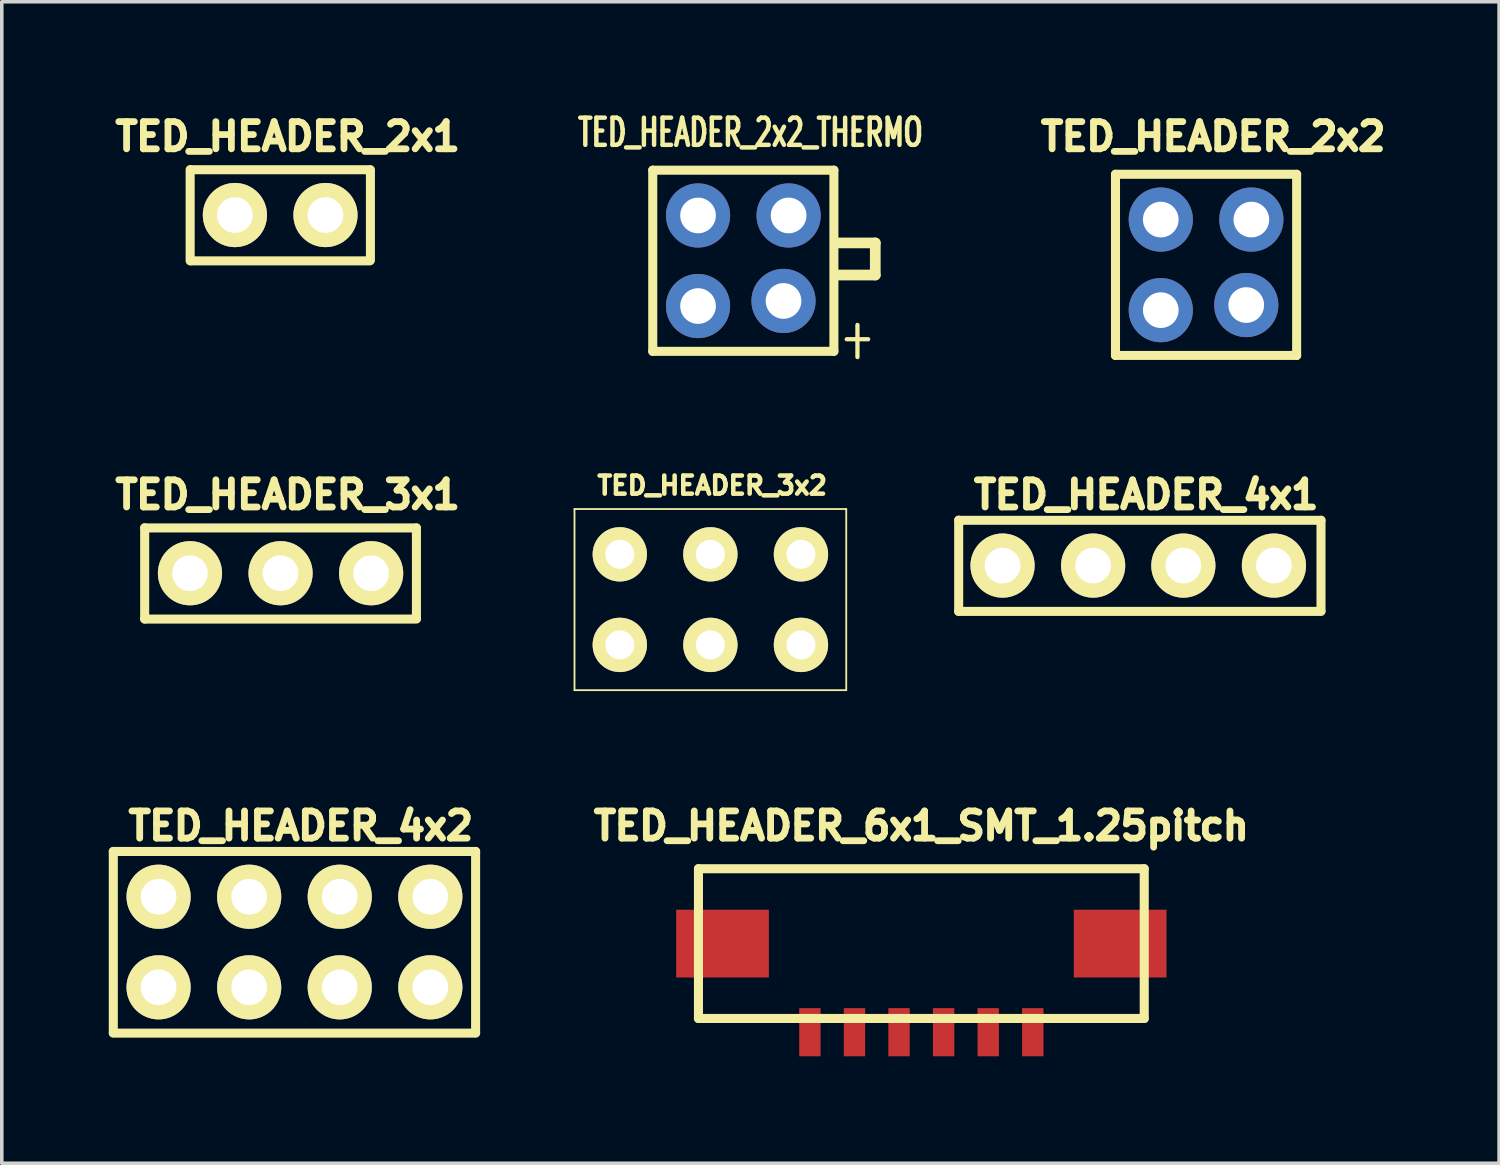
<source format=kicad_pcb>
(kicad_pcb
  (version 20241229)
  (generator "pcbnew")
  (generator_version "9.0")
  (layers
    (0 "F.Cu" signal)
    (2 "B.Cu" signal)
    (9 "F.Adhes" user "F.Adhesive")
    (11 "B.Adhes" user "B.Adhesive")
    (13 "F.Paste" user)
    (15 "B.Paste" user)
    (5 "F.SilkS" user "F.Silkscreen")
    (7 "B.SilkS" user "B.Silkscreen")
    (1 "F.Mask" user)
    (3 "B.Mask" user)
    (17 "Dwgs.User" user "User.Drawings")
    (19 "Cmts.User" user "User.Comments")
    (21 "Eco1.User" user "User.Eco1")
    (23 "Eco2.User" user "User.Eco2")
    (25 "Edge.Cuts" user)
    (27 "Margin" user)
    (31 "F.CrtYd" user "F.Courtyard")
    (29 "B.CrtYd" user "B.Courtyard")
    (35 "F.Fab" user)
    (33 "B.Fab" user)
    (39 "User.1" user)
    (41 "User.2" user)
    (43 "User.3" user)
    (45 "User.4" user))
  (footprint "TED_HEADER_4x2"
    (layer "F.Cu")
    (at 5.207 23.366)
    (property "Reference" "TED_HEADER_4x2" (at 0.178 -3.256 0) (layer "F.SilkS") (effects (font (size 0.762 0.762) (thickness 0.191))))
    (attr through_hole)
    (fp_line (start -5.08 2.54) (end -5.08 -2.54) (stroke (width 0.254) (type solid)) (layer "F.SilkS"))
    (fp_line (start 5.08 -2.54) (end -5.08 -2.54) (stroke (width 0.254) (type solid)) (layer "F.SilkS"))
    (fp_line (start 5.08 -2.54) (end 5.08 2.54) (stroke (width 0.254) (type solid)) (layer "F.SilkS"))
    (fp_line (start 5.08 2.555) (end -5.08 2.555) (stroke (width 0.254) (type solid)) (layer "F.SilkS"))
    (pad "1" thru_hole circle (at -3.81 1.27) (size 1.8 1.8) (drill 1) (layers "*.Cu" "*.Mask" "F.SilkS"))
    (pad "2" thru_hole circle (at -3.81 -1.27) (size 1.8 1.8) (drill 1) (layers "*.Cu" "*.Mask" "F.SilkS"))
    (pad "3" thru_hole circle (at -1.27 1.27) (size 1.8 1.8) (drill 1) (layers "*.Cu" "*.Mask" "F.SilkS"))
    (pad "4" thru_hole circle (at -1.27 -1.27) (size 1.8 1.8) (drill 1) (layers "*.Cu" "*.Mask" "F.SilkS"))
    (pad "5" thru_hole circle (at 1.27 1.27) (size 1.8 1.8) (drill 1) (layers "*.Cu" "*.Mask" "F.SilkS"))
    (pad "6" thru_hole circle (at 1.27 -1.27) (size 1.8 1.8) (drill 1) (layers "*.Cu" "*.Mask" "F.SilkS"))
    (pad "7" thru_hole circle (at 3.81 1.27) (size 1.8 1.8) (drill 1) (layers "*.Cu" "*.Mask" "F.SilkS"))
    (pad "8" thru_hole circle (at 3.81 -1.27) (size 1.8 1.8) (drill 1) (layers "*.Cu" "*.Mask" "F.SilkS")))
  (footprint "TED_HEADER_4x1"
    (layer "F.Cu")
    (at 28.913 12.81)
    (property "Reference" "TED_HEADER_4x1" (at 0.178 -1.986 0) (layer "F.SilkS") (effects (font (size 0.762 0.762) (thickness 0.191))))
    (attr through_hole)
    (fp_line (start -5.08 1.285) (end -5.08 -1.275) (stroke (width 0.254) (type solid)) (layer "F.SilkS"))
    (fp_line (start 5.08 -1.27) (end -5.08 -1.27) (stroke (width 0.254) (type solid)) (layer "F.SilkS"))
    (fp_line (start 5.08 -1.27) (end 5.08 1.27) (stroke (width 0.254) (type solid)) (layer "F.SilkS"))
    (fp_line (start 5.08 1.285) (end -5.08 1.285) (stroke (width 0.254) (type solid)) (layer "F.SilkS"))
    (pad "1" thru_hole circle (at -3.85 0) (size 1.8 1.8) (drill 1) (layers "*.Cu" "*.Mask" "F.SilkS"))
    (pad "2" thru_hole circle (at -1.31 0) (size 1.8 1.8) (drill 1) (layers "*.Cu" "*.Mask" "F.SilkS"))
    (pad "3" thru_hole circle (at 1.22 0) (size 1.8 1.8) (drill 1) (layers "*.Cu" "*.Mask" "F.SilkS"))
    (pad "4" thru_hole circle (at 3.76 0) (size 1.8 1.8) (drill 1) (layers "*.Cu" "*.Mask" "F.SilkS")))
  (footprint "TED_HEADER_2x2"
    (layer "F.Cu")
    (at 30.77 4.377)
    (property "Reference" "TED_HEADER_2x2" (at 0.2 -3.597 0) (layer "F.SilkS") (effects (font (size 0.762 0.762) (thickness 0.191))))
    (attr through_hole)
    (fp_line (start -2.54 2.54) (end -2.54 -2.54) (stroke (width 0.254) (type solid)) (layer "F.SilkS"))
    (fp_line (start 2.54 -2.54) (end -2.54 -2.54) (stroke (width 0.254) (type solid)) (layer "F.SilkS"))
    (fp_line (start 2.54 -2.54) (end 2.54 2.54) (stroke (width 0.254) (type solid)) (layer "F.SilkS"))
    (fp_line (start 2.54 2.54) (end -2.54 2.54) (stroke (width 0.254) (type solid)) (layer "F.SilkS"))
    (pad "1" thru_hole circle (at -1.27 1.27) (size 1.8 1.8) (drill 1) (layers "*.Cu" "*.Mask"))
    (pad "2" thru_hole circle (at -1.27 -1.27) (size 1.8 1.8) (drill 1) (layers "*.Cu" "*.Mask"))
    (pad "3" thru_hole circle (at 1.127 1.127) (size 1.8 1.8) (drill 1) (layers "*.Cu" "*.Mask"))
    (pad "4" thru_hole circle (at 1.27 -1.27) (size 1.8 1.8) (drill 1) (layers "*.Cu" "*.Mask")))
  (footprint "TED_HEADER_2x1"
    (layer "F.Cu")
    (at 4.817 2.98)
    (property "Reference" "TED_HEADER_2x1" (at 0.2 -2.2 0) (layer "F.SilkS") (effects (font (size 0.762 0.762) (thickness 0.191))))
    (attr through_hole)
    (fp_line (start -2.535 1.285) (end -2.535 -1.275) (stroke (width 0.254) (type solid)) (layer "F.SilkS"))
    (fp_line (start 2.5 -1.27) (end -2.5 -1.27) (stroke (width 0.254) (type solid)) (layer "F.SilkS"))
    (fp_line (start 2.5 1.285) (end -2.5 1.285) (stroke (width 0.254) (type solid)) (layer "F.SilkS"))
    (fp_line (start 2.52 -1.27) (end 2.52 1.27) (stroke (width 0.254) (type solid)) (layer "F.SilkS"))
    (pad "1" thru_hole circle (at -1.28 0) (size 1.8 1.8) (drill 1) (layers "*.Cu" "*.Mask" "F.SilkS"))
    (pad "2" thru_hole circle (at 1.26 0) (size 1.8 1.8) (drill 1) (layers "*.Cu" "*.Mask" "F.SilkS")))
  (footprint "TED_HEADER_6x1_SMT_1.25pitch"
    (layer "F.Cu")
    (at 22.786 23.41)
    (property "Reference" "TED_HEADER_6x1_SMT_1.25pitch" (at 0 -3.3 0) (layer "F.SilkS") (effects (font (size 0.762 0.762) (thickness 0.191))))
    (attr through_hole)
    (fp_line (start -6.25 2.1) (end -6.25 -2.1) (stroke (width 0.254) (type solid)) (layer "F.SilkS"))
    (fp_line (start 6.25 -2.1) (end -6.25 -2.1) (stroke (width 0.254) (type solid)) (layer "F.SilkS"))
    (fp_line (start 6.25 -2.1) (end 6.25 2.1) (stroke (width 0.254) (type solid)) (layer "F.SilkS"))
    (fp_line (start 6.25 2.1) (end -6.25 2.1) (stroke (width 0.254) (type solid)) (layer "F.SilkS"))
    (pad "1" smd rect (at 3.125 2.485) (size 0.6 1.35) (layers "F.Cu" "F.Mask" "F.Paste"))
    (pad "2" smd rect (at 1.875 2.485) (size 0.6 1.35) (layers "F.Cu" "F.Mask" "F.Paste"))
    (pad "3" smd rect (at 0.625 2.485) (size 0.6 1.35) (layers "F.Cu" "F.Mask" "F.Paste"))
    (pad "4" smd rect (at -0.625 2.485) (size 0.6 1.35) (layers "F.Cu" "F.Mask" "F.Paste"))
    (pad "5" smd rect (at -1.875 2.485) (size 0.6 1.35) (layers "F.Cu" "F.Mask" "F.Paste"))
    (pad "6" smd rect (at -3.125 2.485) (size 0.6 1.35) (layers "F.Cu" "F.Mask" "F.Paste"))
    (pad "PAD" smd rect (at -5.575 0) (size 2.6 1.9) (layers "F.Cu" "F.Mask" "F.Paste"))
    (pad "PAD" smd rect (at 5.575 0) (size 2.6 1.9) (layers "F.Cu" "F.Mask" "F.Paste")))
  (footprint "TED_HEADER_3x1"
    (layer "F.Cu")
    (at 4.817 13.024)
    (property "Reference" "TED_HEADER_3x1" (at 0.2 -2.2 0) (layer "F.SilkS") (effects (font (size 0.762 0.762) (thickness 0.191))))
    (attr through_hole)
    (fp_line (start -3.81 1.285) (end -3.81 -1.275) (stroke (width 0.254) (type solid)) (layer "F.SilkS"))
    (fp_line (start 3.81 -1.27) (end -3.81 -1.27) (stroke (width 0.254) (type solid)) (layer "F.SilkS"))
    (fp_line (start 3.81 -1.27) (end 3.81 1.27) (stroke (width 0.254) (type solid)) (layer "F.SilkS"))
    (fp_line (start 3.81 1.285) (end -3.81 1.285) (stroke (width 0.254) (type solid)) (layer "F.SilkS"))
    (pad "1" thru_hole circle (at -2.54 0) (size 1.8 1.8) (drill 1) (layers "*.Cu" "*.Mask" "F.SilkS"))
    (pad "2" thru_hole circle (at 0 0) (size 1.8 1.8) (drill 1) (layers "*.Cu" "*.Mask" "F.SilkS"))
    (pad "3" thru_hole circle (at 2.54 0) (size 1.8 1.8) (drill 1) (layers "*.Cu" "*.Mask" "F.SilkS")))
  (footprint "TED_HEADER_3x2"
    (layer "F.Cu")
    (at 16.87 13.764)
    (property "Reference" "TED_HEADER_3x2" (at 0.05 -3.2 0) (layer "F.SilkS") (effects (font (size 0.508 0.508) (thickness 0.127))))
    (attr through_hole)
    (fp_line (start -3.81 -2.54) (end 3.81 -2.54) (stroke (width 0.051) (type solid)) (layer "F.SilkS"))
    (fp_line (start -3.81 2.54) (end -3.81 -2.54) (stroke (width 0.051) (type solid)) (layer "F.SilkS"))
    (fp_line (start 3.81 -2.54) (end 3.81 2.54) (stroke (width 0.051) (type solid)) (layer "F.SilkS"))
    (fp_line (start 3.81 2.54) (end -3.81 2.54) (stroke (width 0.051) (type solid)) (layer "F.SilkS"))
    (pad "1" thru_hole circle (at -2.54 1.27) (size 1.524 1.524) (drill 0.813) (layers "*.Cu" "*.Mask" "F.SilkS"))
    (pad "2" thru_hole circle (at 0 1.27) (size 1.524 1.524) (drill 0.813) (layers "*.Cu" "*.Mask" "F.SilkS"))
    (pad "3" thru_hole circle (at 2.54 1.27) (size 1.524 1.524) (drill 0.813) (layers "*.Cu" "*.Mask" "F.SilkS"))
    (pad "4" thru_hole circle (at 2.54 -1.27) (size 1.524 1.524) (drill 0.813) (layers "*.Cu" "*.Mask" "F.SilkS"))
    (pad "5" thru_hole circle (at 0 -1.27) (size 1.524 1.524) (drill 0.813) (layers "*.Cu" "*.Mask" "F.SilkS"))
    (pad "6" thru_hole circle (at -2.54 -1.27) (size 1.524 1.524) (drill 0.813) (layers "*.Cu" "*.Mask" "F.SilkS")))
  (footprint "TED_HEADER_2x2_THERMO"
    (layer "F.Cu")
    (at 17.794 4.262)
    (property "Reference" "TED_HEADER_2x2_THERMO" (at 0.2 -3.597 0) (layer "F.SilkS") (effects (font (size 0.762 0.5) (thickness 0.125))))
    (attr through_hole)
    (fp_line (start -2.54 2.54) (end -2.54 -2.54) (stroke (width 0.254) (type solid)) (layer "F.SilkS"))
    (fp_line (start 2.54 -2.54) (end -2.54 -2.54) (stroke (width 0.254) (type solid)) (layer "F.SilkS"))
    (fp_line (start 2.54 -2.54) (end 2.54 2.54) (stroke (width 0.254) (type solid)) (layer "F.SilkS"))
    (fp_line (start 2.54 2.54) (end -2.54 2.54) (stroke (width 0.254) (type solid)) (layer "F.SilkS"))
    (fp_line (start 2.6 -0.5) (end 3.7 -0.5) (stroke (width 0.3) (type solid)) (layer "F.SilkS"))
    (fp_line (start 2.9 2.2) (end 3.5 2.2) (stroke (width 0.12) (type solid)) (layer "F.SilkS"))
    (fp_line (start 3.2 1.8) (end 3.2 2.7) (stroke (width 0.12) (type solid)) (layer "F.SilkS"))
    (fp_line (start 3.7 -0.5) (end 3.7 0.4) (stroke (width 0.3) (type solid)) (layer "F.SilkS"))
    (fp_line (start 3.7 0.4) (end 2.6 0.4) (stroke (width 0.3) (type solid)) (layer "F.SilkS"))
    (pad "1" thru_hole circle (at 1.27 -1.27) (size 1.8 1.8) (drill 1) (layers "*.Cu" "*.Mask"))
    (pad "2" thru_hole circle (at -1.27 -1.27) (size 1.8 1.8) (drill 1) (layers "*.Cu" "*.Mask"))
    (pad "3" thru_hole circle (at -1.27 1.27) (size 1.8 1.8) (drill 1) (layers "*.Cu" "*.Mask"))
    (pad "4" thru_hole circle (at 1.127 1.127) (size 1.8 1.8) (drill 1) (layers "*.Cu" "*.Mask")))
  (gr_rect
    (start -3 -3)
    (end 38.987 29.57)
    (stroke (width 0.1) (type default))
    (fill no)
    (layer "Edge.Cuts")))
</source>
